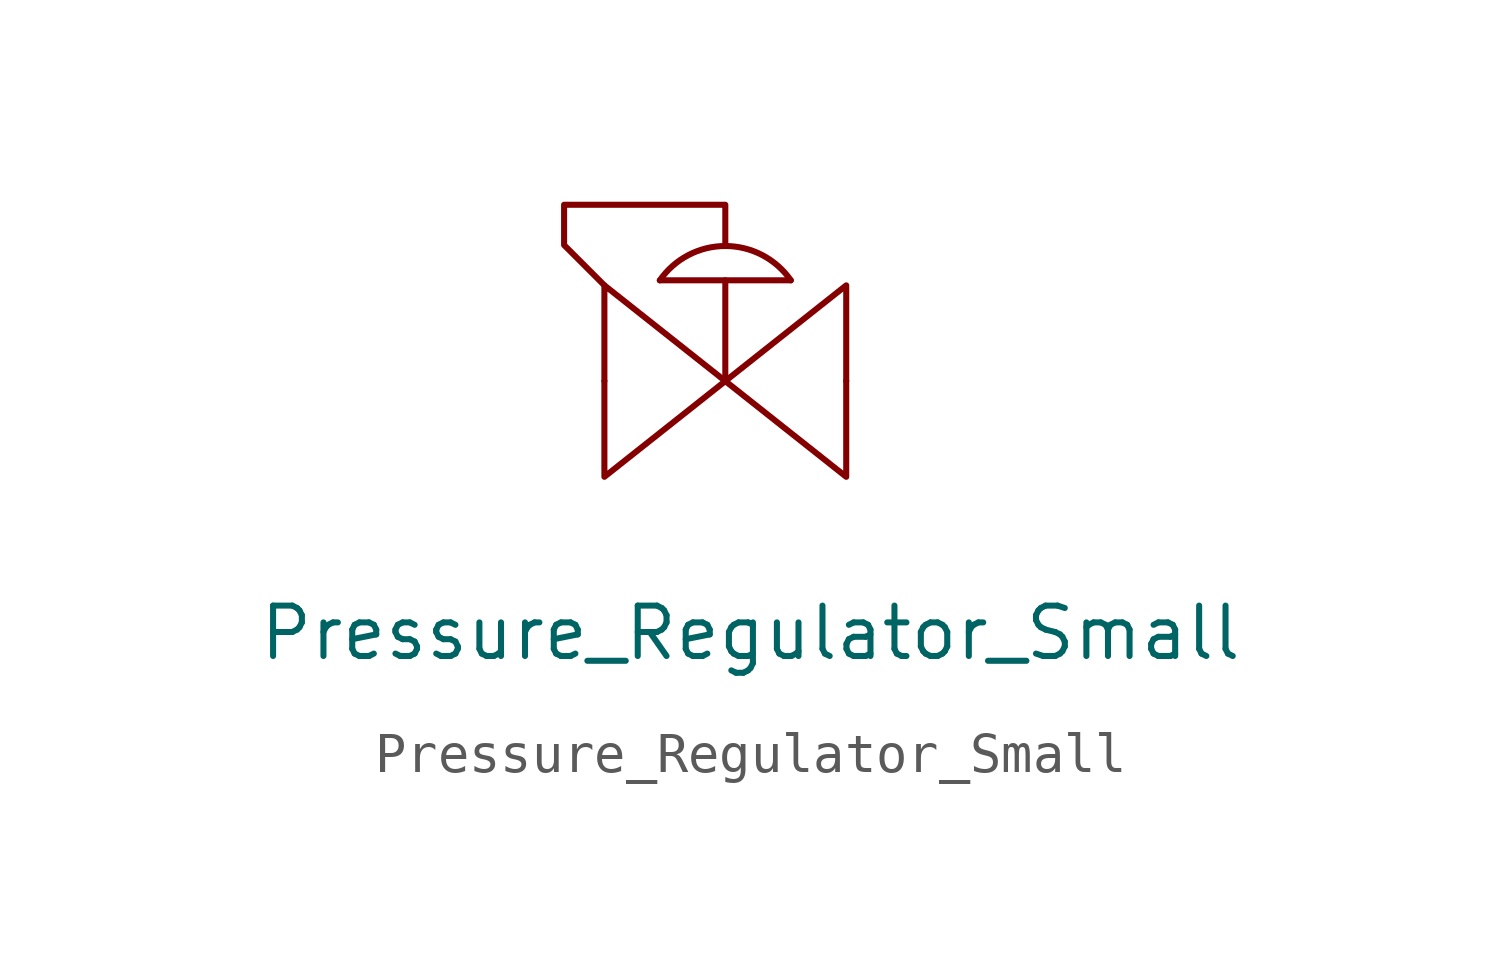
<source format=kicad_sym>
(kicad_symbol_lib
  (version 20211014)
  (generator kicad_symbol_editor)
  (symbol "Pressure_Regulator_Small"
    (pin_names
      (offset 1.016))
    (property "Reference" "Pressure_Regulator_Small"
      (at 0 -4.191 0)
      (effects (font (size 1.27 1.27)) hide))
    (property "Value" "Pressure_Regulator_Small"
      (at 0.635 -6.35 0)
      (effects (font (size 1.27 1.27))))
    (symbol "Pressure_Regulator_Small_0_1"
      (polyline (pts (xy -1.651 2.54) (xy 1.651 2.54)) (stroke (width 0) (type default) (color 0 0 0 0)) (fill (type none)))
      (polyline (pts (xy 0 0) (xy 0 2.54)) (stroke (width 0) (type default) (color 0 0 0 0)) (fill (type none)))
      (polyline (pts (xy 0 3.429) (xy 0 4.445) (xy -4.064 4.445) (xy -4.064 3.429) (xy -3.048 2.413)) (stroke (width 0) (type default) (color 0 0 0 0)) (fill (type none)))
      (arc (start 1.651 2.54) (mid 0 3.405) (end -1.651 2.54) (stroke (width 0) (type default) (color 0 0 0 0)) (fill (type none))))
    (symbol "Pressure_Regulator_Small_1_1"
      (polyline (pts (xy 0 0) (xy -3.048 2.413) (xy -3.048 -2.413) (xy 0 0)) (stroke (width 0) (type default) (color 0 0 0 0)) (fill (type none)))
      (polyline (pts (xy 0 0) (xy 3.048 -2.413) (xy 3.048 2.413) (xy 0 0)) (stroke (width 0) (type default) (color 0 0 0 0)) (fill (type none)))
      (pin bidirectional line (at -3.048 0 0) (length 0) (name "~" (effects (font (size 1.27 1.27)))) (number "~" (effects (font (size 1.27 1.27)))))
      (pin bidirectional line (at 3.048 0 180) (length 0) (name "~" (effects (font (size 1.27 1.27)))) (number "~" (effects (font (size 1.27 1.27))))))))
</source>
